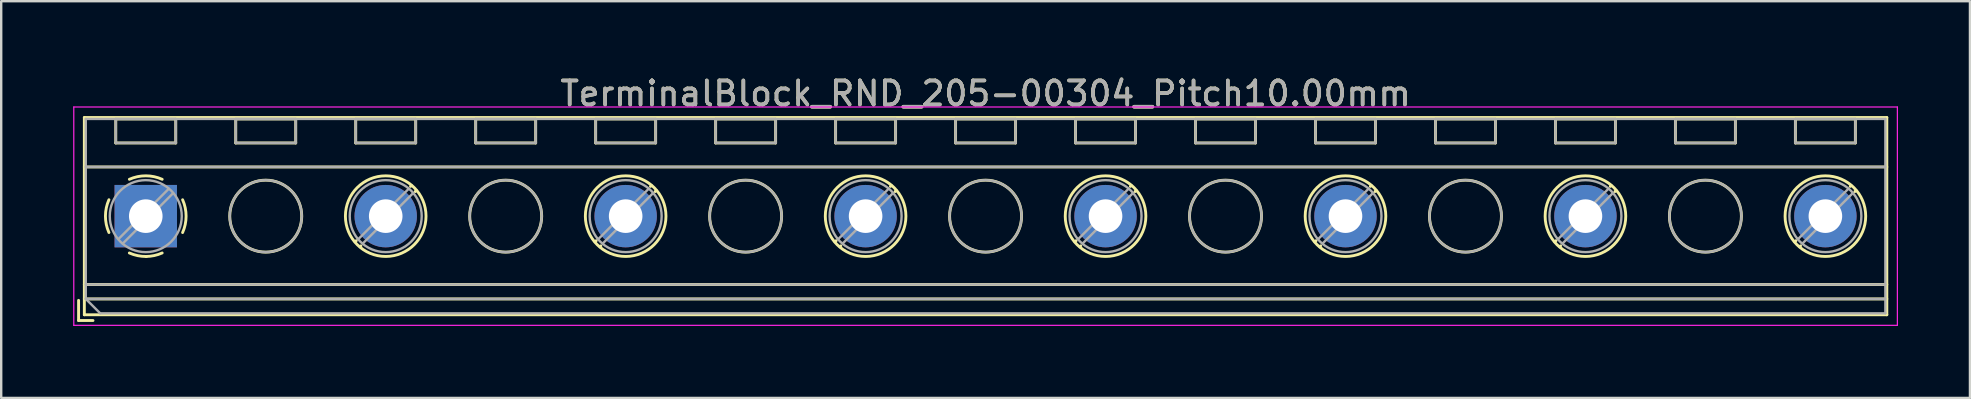
<source format=kicad_pcb>
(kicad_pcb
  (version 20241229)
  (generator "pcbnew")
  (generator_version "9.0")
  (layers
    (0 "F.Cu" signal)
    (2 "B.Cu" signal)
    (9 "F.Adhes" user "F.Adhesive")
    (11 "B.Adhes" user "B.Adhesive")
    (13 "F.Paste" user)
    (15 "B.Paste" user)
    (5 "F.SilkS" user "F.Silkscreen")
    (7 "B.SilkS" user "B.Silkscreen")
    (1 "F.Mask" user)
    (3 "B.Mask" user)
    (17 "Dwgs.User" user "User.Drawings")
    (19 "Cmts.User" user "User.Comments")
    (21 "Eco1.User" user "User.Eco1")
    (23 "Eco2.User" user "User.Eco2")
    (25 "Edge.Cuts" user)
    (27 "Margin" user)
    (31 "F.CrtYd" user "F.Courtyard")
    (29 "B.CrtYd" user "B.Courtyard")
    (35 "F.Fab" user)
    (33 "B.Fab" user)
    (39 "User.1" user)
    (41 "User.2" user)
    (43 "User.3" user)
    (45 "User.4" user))
  (footprint "TerminalBlock_RND_205-00304_Pitch10.00mm"
    (layer "F.Cu")
    (at 3.025 5.958)
    (property "Reference" "TerminalBlock_RND_205-00304_Pitch10.00mm" (at 35 -5.11 0) (layer "F.SilkS") (effects (font (size 1 1) (thickness 0.15))))
    (attr through_hole)
    (fp_line (start -2.8 3.51) (end -2.8 4.35) (stroke (width 0.12) (type solid)) (layer "F.SilkS"))
    (fp_line (start -2.8 4.35) (end -2.2 4.35) (stroke (width 0.12) (type solid)) (layer "F.SilkS"))
    (fp_line (start -2.56 -4.11) (end -2.56 4.11) (stroke (width 0.12) (type solid)) (layer "F.SilkS"))
    (fp_line (start -2.56 -2.05) (end 72.56 -2.05) (stroke (width 0.12) (type solid)) (layer "F.SilkS"))
    (fp_line (start -2.56 2.85) (end 72.56 2.85) (stroke (width 0.12) (type solid)) (layer "F.SilkS"))
    (fp_line (start -2.56 3.45) (end 72.56 3.45) (stroke (width 0.12) (type solid)) (layer "F.SilkS"))
    (fp_line (start -2.56 4.11) (end 72.56 4.11) (stroke (width 0.12) (type solid)) (layer "F.SilkS"))
    (fp_line (start -1.25 -4.05) (end -1.25 -3.05) (stroke (width 0.12) (type solid)) (layer "F.SilkS"))
    (fp_line (start -1.25 -4.05) (end 1.25 -4.05) (stroke (width 0.12) (type solid)) (layer "F.SilkS"))
    (fp_line (start -1.25 -3.05) (end 1.25 -3.05) (stroke (width 0.12) (type solid)) (layer "F.SilkS"))
    (fp_line (start 1.25 -4.05) (end 1.25 -3.05) (stroke (width 0.12) (type solid)) (layer "F.SilkS"))
    (fp_line (start 3.75 -4.05) (end 3.75 -3.05) (stroke (width 0.12) (type solid)) (layer "F.SilkS"))
    (fp_line (start 3.75 -4.05) (end 6.25 -4.05) (stroke (width 0.12) (type solid)) (layer "F.SilkS"))
    (fp_line (start 3.75 -3.05) (end 6.25 -3.05) (stroke (width 0.12) (type solid)) (layer "F.SilkS"))
    (fp_line (start 6.25 -4.05) (end 6.25 -3.05) (stroke (width 0.12) (type solid)) (layer "F.SilkS"))
    (fp_line (start 8.75 -4.05) (end 8.75 -3.05) (stroke (width 0.12) (type solid)) (layer "F.SilkS"))
    (fp_line (start 8.75 -4.05) (end 11.25 -4.05) (stroke (width 0.12) (type solid)) (layer "F.SilkS"))
    (fp_line (start 8.75 -3.05) (end 11.25 -3.05) (stroke (width 0.12) (type solid)) (layer "F.SilkS"))
    (fp_line (start 8.773 1.023) (end 8.726 1.069) (stroke (width 0.12) (type solid)) (layer "F.SilkS"))
    (fp_line (start 8.966 1.239) (end 8.931 1.274) (stroke (width 0.12) (type solid)) (layer "F.SilkS"))
    (fp_line (start 11.07 -1.275) (end 11.035 -1.239) (stroke (width 0.12) (type solid)) (layer "F.SilkS"))
    (fp_line (start 11.25 -4.05) (end 11.25 -3.05) (stroke (width 0.12) (type solid)) (layer "F.SilkS"))
    (fp_line (start 11.275 -1.069) (end 11.228 -1.023) (stroke (width 0.12) (type solid)) (layer "F.SilkS"))
    (fp_line (start 13.75 -4.05) (end 13.75 -3.05) (stroke (width 0.12) (type solid)) (layer "F.SilkS"))
    (fp_line (start 13.75 -4.05) (end 16.25 -4.05) (stroke (width 0.12) (type solid)) (layer "F.SilkS"))
    (fp_line (start 13.75 -3.05) (end 16.25 -3.05) (stroke (width 0.12) (type solid)) (layer "F.SilkS"))
    (fp_line (start 16.25 -4.05) (end 16.25 -3.05) (stroke (width 0.12) (type solid)) (layer "F.SilkS"))
    (fp_line (start 18.75 -4.05) (end 18.75 -3.05) (stroke (width 0.12) (type solid)) (layer "F.SilkS"))
    (fp_line (start 18.75 -4.05) (end 21.25 -4.05) (stroke (width 0.12) (type solid)) (layer "F.SilkS"))
    (fp_line (start 18.75 -3.05) (end 21.25 -3.05) (stroke (width 0.12) (type solid)) (layer "F.SilkS"))
    (fp_line (start 18.773 1.023) (end 18.726 1.069) (stroke (width 0.12) (type solid)) (layer "F.SilkS"))
    (fp_line (start 18.966 1.239) (end 18.931 1.274) (stroke (width 0.12) (type solid)) (layer "F.SilkS"))
    (fp_line (start 21.07 -1.275) (end 21.035 -1.239) (stroke (width 0.12) (type solid)) (layer "F.SilkS"))
    (fp_line (start 21.25 -4.05) (end 21.25 -3.05) (stroke (width 0.12) (type solid)) (layer "F.SilkS"))
    (fp_line (start 21.275 -1.069) (end 21.228 -1.023) (stroke (width 0.12) (type solid)) (layer "F.SilkS"))
    (fp_line (start 23.75 -4.05) (end 23.75 -3.05) (stroke (width 0.12) (type solid)) (layer "F.SilkS"))
    (fp_line (start 23.75 -4.05) (end 26.25 -4.05) (stroke (width 0.12) (type solid)) (layer "F.SilkS"))
    (fp_line (start 23.75 -3.05) (end 26.25 -3.05) (stroke (width 0.12) (type solid)) (layer "F.SilkS"))
    (fp_line (start 26.25 -4.05) (end 26.25 -3.05) (stroke (width 0.12) (type solid)) (layer "F.SilkS"))
    (fp_line (start 28.75 -4.05) (end 28.75 -3.05) (stroke (width 0.12) (type solid)) (layer "F.SilkS"))
    (fp_line (start 28.75 -4.05) (end 31.25 -4.05) (stroke (width 0.12) (type solid)) (layer "F.SilkS"))
    (fp_line (start 28.75 -3.05) (end 31.25 -3.05) (stroke (width 0.12) (type solid)) (layer "F.SilkS"))
    (fp_line (start 28.773 1.023) (end 28.726 1.069) (stroke (width 0.12) (type solid)) (layer "F.SilkS"))
    (fp_line (start 28.966 1.239) (end 28.931 1.274) (stroke (width 0.12) (type solid)) (layer "F.SilkS"))
    (fp_line (start 31.07 -1.275) (end 31.035 -1.239) (stroke (width 0.12) (type solid)) (layer "F.SilkS"))
    (fp_line (start 31.25 -4.05) (end 31.25 -3.05) (stroke (width 0.12) (type solid)) (layer "F.SilkS"))
    (fp_line (start 31.275 -1.069) (end 31.228 -1.023) (stroke (width 0.12) (type solid)) (layer "F.SilkS"))
    (fp_line (start 33.75 -4.05) (end 33.75 -3.05) (stroke (width 0.12) (type solid)) (layer "F.SilkS"))
    (fp_line (start 33.75 -4.05) (end 36.25 -4.05) (stroke (width 0.12) (type solid)) (layer "F.SilkS"))
    (fp_line (start 33.75 -3.05) (end 36.25 -3.05) (stroke (width 0.12) (type solid)) (layer "F.SilkS"))
    (fp_line (start 36.25 -4.05) (end 36.25 -3.05) (stroke (width 0.12) (type solid)) (layer "F.SilkS"))
    (fp_line (start 38.75 -4.05) (end 38.75 -3.05) (stroke (width 0.12) (type solid)) (layer "F.SilkS"))
    (fp_line (start 38.75 -4.05) (end 41.25 -4.05) (stroke (width 0.12) (type solid)) (layer "F.SilkS"))
    (fp_line (start 38.75 -3.05) (end 41.25 -3.05) (stroke (width 0.12) (type solid)) (layer "F.SilkS"))
    (fp_line (start 38.773 1.023) (end 38.726 1.069) (stroke (width 0.12) (type solid)) (layer "F.SilkS"))
    (fp_line (start 38.966 1.239) (end 38.931 1.274) (stroke (width 0.12) (type solid)) (layer "F.SilkS"))
    (fp_line (start 41.07 -1.275) (end 41.035 -1.239) (stroke (width 0.12) (type solid)) (layer "F.SilkS"))
    (fp_line (start 41.25 -4.05) (end 41.25 -3.05) (stroke (width 0.12) (type solid)) (layer "F.SilkS"))
    (fp_line (start 41.275 -1.069) (end 41.228 -1.023) (stroke (width 0.12) (type solid)) (layer "F.SilkS"))
    (fp_line (start 43.75 -4.05) (end 43.75 -3.05) (stroke (width 0.12) (type solid)) (layer "F.SilkS"))
    (fp_line (start 43.75 -4.05) (end 46.25 -4.05) (stroke (width 0.12) (type solid)) (layer "F.SilkS"))
    (fp_line (start 43.75 -3.05) (end 46.25 -3.05) (stroke (width 0.12) (type solid)) (layer "F.SilkS"))
    (fp_line (start 46.25 -4.05) (end 46.25 -3.05) (stroke (width 0.12) (type solid)) (layer "F.SilkS"))
    (fp_line (start 48.75 -4.05) (end 48.75 -3.05) (stroke (width 0.12) (type solid)) (layer "F.SilkS"))
    (fp_line (start 48.75 -4.05) (end 51.25 -4.05) (stroke (width 0.12) (type solid)) (layer "F.SilkS"))
    (fp_line (start 48.75 -3.05) (end 51.25 -3.05) (stroke (width 0.12) (type solid)) (layer "F.SilkS"))
    (fp_line (start 48.773 1.023) (end 48.726 1.069) (stroke (width 0.12) (type solid)) (layer "F.SilkS"))
    (fp_line (start 48.966 1.239) (end 48.931 1.274) (stroke (width 0.12) (type solid)) (layer "F.SilkS"))
    (fp_line (start 51.07 -1.275) (end 51.035 -1.239) (stroke (width 0.12) (type solid)) (layer "F.SilkS"))
    (fp_line (start 51.25 -4.05) (end 51.25 -3.05) (stroke (width 0.12) (type solid)) (layer "F.SilkS"))
    (fp_line (start 51.275 -1.069) (end 51.228 -1.023) (stroke (width 0.12) (type solid)) (layer "F.SilkS"))
    (fp_line (start 53.75 -4.05) (end 53.75 -3.05) (stroke (width 0.12) (type solid)) (layer "F.SilkS"))
    (fp_line (start 53.75 -4.05) (end 56.25 -4.05) (stroke (width 0.12) (type solid)) (layer "F.SilkS"))
    (fp_line (start 53.75 -3.05) (end 56.25 -3.05) (stroke (width 0.12) (type solid)) (layer "F.SilkS"))
    (fp_line (start 56.25 -4.05) (end 56.25 -3.05) (stroke (width 0.12) (type solid)) (layer "F.SilkS"))
    (fp_line (start 58.75 -4.05) (end 58.75 -3.05) (stroke (width 0.12) (type solid)) (layer "F.SilkS"))
    (fp_line (start 58.75 -4.05) (end 61.25 -4.05) (stroke (width 0.12) (type solid)) (layer "F.SilkS"))
    (fp_line (start 58.75 -3.05) (end 61.25 -3.05) (stroke (width 0.12) (type solid)) (layer "F.SilkS"))
    (fp_line (start 58.773 1.023) (end 58.726 1.069) (stroke (width 0.12) (type solid)) (layer "F.SilkS"))
    (fp_line (start 58.966 1.239) (end 58.931 1.274) (stroke (width 0.12) (type solid)) (layer "F.SilkS"))
    (fp_line (start 61.07 -1.275) (end 61.035 -1.239) (stroke (width 0.12) (type solid)) (layer "F.SilkS"))
    (fp_line (start 61.25 -4.05) (end 61.25 -3.05) (stroke (width 0.12) (type solid)) (layer "F.SilkS"))
    (fp_line (start 61.275 -1.069) (end 61.228 -1.023) (stroke (width 0.12) (type solid)) (layer "F.SilkS"))
    (fp_line (start 63.75 -4.05) (end 63.75 -3.05) (stroke (width 0.12) (type solid)) (layer "F.SilkS"))
    (fp_line (start 63.75 -4.05) (end 66.25 -4.05) (stroke (width 0.12) (type solid)) (layer "F.SilkS"))
    (fp_line (start 63.75 -3.05) (end 66.25 -3.05) (stroke (width 0.12) (type solid)) (layer "F.SilkS"))
    (fp_line (start 66.25 -4.05) (end 66.25 -3.05) (stroke (width 0.12) (type solid)) (layer "F.SilkS"))
    (fp_line (start 68.75 -4.05) (end 68.75 -3.05) (stroke (width 0.12) (type solid)) (layer "F.SilkS"))
    (fp_line (start 68.75 -4.05) (end 71.25 -4.05) (stroke (width 0.12) (type solid)) (layer "F.SilkS"))
    (fp_line (start 68.75 -3.05) (end 71.25 -3.05) (stroke (width 0.12) (type solid)) (layer "F.SilkS"))
    (fp_line (start 68.773 1.023) (end 68.726 1.069) (stroke (width 0.12) (type solid)) (layer "F.SilkS"))
    (fp_line (start 68.966 1.239) (end 68.931 1.274) (stroke (width 0.12) (type solid)) (layer "F.SilkS"))
    (fp_line (start 71.07 -1.275) (end 71.035 -1.239) (stroke (width 0.12) (type solid)) (layer "F.SilkS"))
    (fp_line (start 71.25 -4.05) (end 71.25 -3.05) (stroke (width 0.12) (type solid)) (layer "F.SilkS"))
    (fp_line (start 71.275 -1.069) (end 71.228 -1.023) (stroke (width 0.12) (type solid)) (layer "F.SilkS"))
    (fp_line (start 72.56 -4.11) (end -2.56 -4.11) (stroke (width 0.12) (type solid)) (layer "F.SilkS"))
    (fp_line (start 72.56 4.11) (end 72.56 -4.11) (stroke (width 0.12) (type solid)) (layer "F.SilkS"))
    (fp_arc (start -1.535427 0.683042) (mid -1.680501 -0.000524) (end -1.535 -0.684) (stroke (width 0.12) (type solid)) (layer "F.SilkS"))
    (fp_arc (start -0.683042 -1.535427) (mid 0.000524 -1.680501) (end 0.684 -1.535) (stroke (width 0.12) (type solid)) (layer "F.SilkS"))
    (fp_arc (start 0.028805 1.680253) (mid -0.335551 1.646659) (end -0.684 1.535) (stroke (width 0.12) (type solid)) (layer "F.SilkS"))
    (fp_arc (start 0.683318 1.534756) (mid 0.349292 1.643288) (end 0 1.68) (stroke (width 0.12) (type solid)) (layer "F.SilkS"))
    (fp_arc (start 1.535427 -0.683042) (mid 1.680501 0.000524) (end 1.535 0.684) (stroke (width 0.12) (type solid)) (layer "F.SilkS"))
    (fp_circle (center 5 0) (end 6.5 0) (stroke (width 0.12) (type solid)) (fill no) (layer "F.SilkS"))
    (fp_circle (center 10 0) (end 11.68 0) (stroke (width 0.12) (type solid)) (fill no) (layer "F.SilkS"))
    (fp_circle (center 15 0) (end 16.5 0) (stroke (width 0.12) (type solid)) (fill no) (layer "F.SilkS"))
    (fp_circle (center 20 0) (end 21.68 0) (stroke (width 0.12) (type solid)) (fill no) (layer "F.SilkS"))
    (fp_circle (center 25 0) (end 26.5 0) (stroke (width 0.12) (type solid)) (fill no) (layer "F.SilkS"))
    (fp_circle (center 30 0) (end 31.68 0) (stroke (width 0.12) (type solid)) (fill no) (layer "F.SilkS"))
    (fp_circle (center 35 0) (end 36.5 0) (stroke (width 0.12) (type solid)) (fill no) (layer "F.SilkS"))
    (fp_circle (center 40 0) (end 41.68 0) (stroke (width 0.12) (type solid)) (fill no) (layer "F.SilkS"))
    (fp_circle (center 45 0) (end 46.5 0) (stroke (width 0.12) (type solid)) (fill no) (layer "F.SilkS"))
    (fp_circle (center 50 0) (end 51.68 0) (stroke (width 0.12) (type solid)) (fill no) (layer "F.SilkS"))
    (fp_circle (center 55 0) (end 56.5 0) (stroke (width 0.12) (type solid)) (fill no) (layer "F.SilkS"))
    (fp_circle (center 60 0) (end 61.68 0) (stroke (width 0.12) (type solid)) (fill no) (layer "F.SilkS"))
    (fp_circle (center 65 0) (end 66.5 0) (stroke (width 0.12) (type solid)) (fill no) (layer "F.SilkS"))
    (fp_circle (center 70 0) (end 71.68 0) (stroke (width 0.12) (type solid)) (fill no) (layer "F.SilkS"))
    (fp_line (start -3 -4.55) (end -3 4.55) (stroke (width 0.05) (type solid)) (layer "F.CrtYd"))
    (fp_line (start -3 4.55) (end 73 4.55) (stroke (width 0.05) (type solid)) (layer "F.CrtYd"))
    (fp_line (start 73 -4.55) (end -3 -4.55) (stroke (width 0.05) (type solid)) (layer "F.CrtYd"))
    (fp_line (start 73 4.55) (end 73 -4.55) (stroke (width 0.05) (type solid)) (layer "F.CrtYd"))
    (fp_line (start -2.5 -4.05) (end 72.5 -4.05) (stroke (width 0.1) (type solid)) (layer "F.Fab"))
    (fp_line (start -2.5 -2.05) (end 72.5 -2.05) (stroke (width 0.1) (type solid)) (layer "F.Fab"))
    (fp_line (start -2.5 2.85) (end 72.5 2.85) (stroke (width 0.1) (type solid)) (layer "F.Fab"))
    (fp_line (start -2.5 3.45) (end -2.5 -4.05) (stroke (width 0.1) (type solid)) (layer "F.Fab"))
    (fp_line (start -2.5 3.45) (end 72.5 3.45) (stroke (width 0.1) (type solid)) (layer "F.Fab"))
    (fp_line (start -1.9 4.05) (end -2.5 3.45) (stroke (width 0.1) (type solid)) (layer "F.Fab"))
    (fp_line (start -1.25 -4.05) (end -1.25 -3.05) (stroke (width 0.1) (type solid)) (layer "F.Fab"))
    (fp_line (start -1.25 -3.05) (end 1.25 -3.05) (stroke (width 0.1) (type solid)) (layer "F.Fab"))
    (fp_line (start 0.955 -1.138) (end -1.138 0.955) (stroke (width 0.1) (type solid)) (layer "F.Fab"))
    (fp_line (start 1.138 -0.955) (end -0.955 1.138) (stroke (width 0.1) (type solid)) (layer "F.Fab"))
    (fp_line (start 1.25 -4.05) (end -1.25 -4.05) (stroke (width 0.1) (type solid)) (layer "F.Fab"))
    (fp_line (start 1.25 -3.05) (end 1.25 -4.05) (stroke (width 0.1) (type solid)) (layer "F.Fab"))
    (fp_line (start 3.75 -4.05) (end 3.75 -3.05) (stroke (width 0.1) (type solid)) (layer "F.Fab"))
    (fp_line (start 3.75 -3.05) (end 6.25 -3.05) (stroke (width 0.1) (type solid)) (layer "F.Fab"))
    (fp_line (start 6.25 -4.05) (end 3.75 -4.05) (stroke (width 0.1) (type solid)) (layer "F.Fab"))
    (fp_line (start 6.25 -3.05) (end 6.25 -4.05) (stroke (width 0.1) (type solid)) (layer "F.Fab"))
    (fp_line (start 8.75 -4.05) (end 8.75 -3.05) (stroke (width 0.1) (type solid)) (layer "F.Fab"))
    (fp_line (start 8.75 -3.05) (end 11.25 -3.05) (stroke (width 0.1) (type solid)) (layer "F.Fab"))
    (fp_line (start 10.955 -1.138) (end 8.863 0.955) (stroke (width 0.1) (type solid)) (layer "F.Fab"))
    (fp_line (start 11.138 -0.955) (end 9.046 1.138) (stroke (width 0.1) (type solid)) (layer "F.Fab"))
    (fp_line (start 11.25 -4.05) (end 8.75 -4.05) (stroke (width 0.1) (type solid)) (layer "F.Fab"))
    (fp_line (start 11.25 -3.05) (end 11.25 -4.05) (stroke (width 0.1) (type solid)) (layer "F.Fab"))
    (fp_line (start 13.75 -4.05) (end 13.75 -3.05) (stroke (width 0.1) (type solid)) (layer "F.Fab"))
    (fp_line (start 13.75 -3.05) (end 16.25 -3.05) (stroke (width 0.1) (type solid)) (layer "F.Fab"))
    (fp_line (start 16.25 -4.05) (end 13.75 -4.05) (stroke (width 0.1) (type solid)) (layer "F.Fab"))
    (fp_line (start 16.25 -3.05) (end 16.25 -4.05) (stroke (width 0.1) (type solid)) (layer "F.Fab"))
    (fp_line (start 18.75 -4.05) (end 18.75 -3.05) (stroke (width 0.1) (type solid)) (layer "F.Fab"))
    (fp_line (start 18.75 -3.05) (end 21.25 -3.05) (stroke (width 0.1) (type solid)) (layer "F.Fab"))
    (fp_line (start 20.955 -1.138) (end 18.863 0.955) (stroke (width 0.1) (type solid)) (layer "F.Fab"))
    (fp_line (start 21.138 -0.955) (end 19.046 1.138) (stroke (width 0.1) (type solid)) (layer "F.Fab"))
    (fp_line (start 21.25 -4.05) (end 18.75 -4.05) (stroke (width 0.1) (type solid)) (layer "F.Fab"))
    (fp_line (start 21.25 -3.05) (end 21.25 -4.05) (stroke (width 0.1) (type solid)) (layer "F.Fab"))
    (fp_line (start 23.75 -4.05) (end 23.75 -3.05) (stroke (width 0.1) (type solid)) (layer "F.Fab"))
    (fp_line (start 23.75 -3.05) (end 26.25 -3.05) (stroke (width 0.1) (type solid)) (layer "F.Fab"))
    (fp_line (start 26.25 -4.05) (end 23.75 -4.05) (stroke (width 0.1) (type solid)) (layer "F.Fab"))
    (fp_line (start 26.25 -3.05) (end 26.25 -4.05) (stroke (width 0.1) (type solid)) (layer "F.Fab"))
    (fp_line (start 28.75 -4.05) (end 28.75 -3.05) (stroke (width 0.1) (type solid)) (layer "F.Fab"))
    (fp_line (start 28.75 -3.05) (end 31.25 -3.05) (stroke (width 0.1) (type solid)) (layer "F.Fab"))
    (fp_line (start 30.955 -1.138) (end 28.863 0.955) (stroke (width 0.1) (type solid)) (layer "F.Fab"))
    (fp_line (start 31.138 -0.955) (end 29.046 1.138) (stroke (width 0.1) (type solid)) (layer "F.Fab"))
    (fp_line (start 31.25 -4.05) (end 28.75 -4.05) (stroke (width 0.1) (type solid)) (layer "F.Fab"))
    (fp_line (start 31.25 -3.05) (end 31.25 -4.05) (stroke (width 0.1) (type solid)) (layer "F.Fab"))
    (fp_line (start 33.75 -4.05) (end 33.75 -3.05) (stroke (width 0.1) (type solid)) (layer "F.Fab"))
    (fp_line (start 33.75 -3.05) (end 36.25 -3.05) (stroke (width 0.1) (type solid)) (layer "F.Fab"))
    (fp_line (start 36.25 -4.05) (end 33.75 -4.05) (stroke (width 0.1) (type solid)) (layer "F.Fab"))
    (fp_line (start 36.25 -3.05) (end 36.25 -4.05) (stroke (width 0.1) (type solid)) (layer "F.Fab"))
    (fp_line (start 38.75 -4.05) (end 38.75 -3.05) (stroke (width 0.1) (type solid)) (layer "F.Fab"))
    (fp_line (start 38.75 -3.05) (end 41.25 -3.05) (stroke (width 0.1) (type solid)) (layer "F.Fab"))
    (fp_line (start 40.955 -1.138) (end 38.863 0.955) (stroke (width 0.1) (type solid)) (layer "F.Fab"))
    (fp_line (start 41.138 -0.955) (end 39.046 1.138) (stroke (width 0.1) (type solid)) (layer "F.Fab"))
    (fp_line (start 41.25 -4.05) (end 38.75 -4.05) (stroke (width 0.1) (type solid)) (layer "F.Fab"))
    (fp_line (start 41.25 -3.05) (end 41.25 -4.05) (stroke (width 0.1) (type solid)) (layer "F.Fab"))
    (fp_line (start 43.75 -4.05) (end 43.75 -3.05) (stroke (width 0.1) (type solid)) (layer "F.Fab"))
    (fp_line (start 43.75 -3.05) (end 46.25 -3.05) (stroke (width 0.1) (type solid)) (layer "F.Fab"))
    (fp_line (start 46.25 -4.05) (end 43.75 -4.05) (stroke (width 0.1) (type solid)) (layer "F.Fab"))
    (fp_line (start 46.25 -3.05) (end 46.25 -4.05) (stroke (width 0.1) (type solid)) (layer "F.Fab"))
    (fp_line (start 48.75 -4.05) (end 48.75 -3.05) (stroke (width 0.1) (type solid)) (layer "F.Fab"))
    (fp_line (start 48.75 -3.05) (end 51.25 -3.05) (stroke (width 0.1) (type solid)) (layer "F.Fab"))
    (fp_line (start 50.955 -1.138) (end 48.863 0.955) (stroke (width 0.1) (type solid)) (layer "F.Fab"))
    (fp_line (start 51.138 -0.955) (end 49.046 1.138) (stroke (width 0.1) (type solid)) (layer "F.Fab"))
    (fp_line (start 51.25 -4.05) (end 48.75 -4.05) (stroke (width 0.1) (type solid)) (layer "F.Fab"))
    (fp_line (start 51.25 -3.05) (end 51.25 -4.05) (stroke (width 0.1) (type solid)) (layer "F.Fab"))
    (fp_line (start 53.75 -4.05) (end 53.75 -3.05) (stroke (width 0.1) (type solid)) (layer "F.Fab"))
    (fp_line (start 53.75 -3.05) (end 56.25 -3.05) (stroke (width 0.1) (type solid)) (layer "F.Fab"))
    (fp_line (start 56.25 -4.05) (end 53.75 -4.05) (stroke (width 0.1) (type solid)) (layer "F.Fab"))
    (fp_line (start 56.25 -3.05) (end 56.25 -4.05) (stroke (width 0.1) (type solid)) (layer "F.Fab"))
    (fp_line (start 58.75 -4.05) (end 58.75 -3.05) (stroke (width 0.1) (type solid)) (layer "F.Fab"))
    (fp_line (start 58.75 -3.05) (end 61.25 -3.05) (stroke (width 0.1) (type solid)) (layer "F.Fab"))
    (fp_line (start 60.955 -1.138) (end 58.863 0.955) (stroke (width 0.1) (type solid)) (layer "F.Fab"))
    (fp_line (start 61.138 -0.955) (end 59.046 1.138) (stroke (width 0.1) (type solid)) (layer "F.Fab"))
    (fp_line (start 61.25 -4.05) (end 58.75 -4.05) (stroke (width 0.1) (type solid)) (layer "F.Fab"))
    (fp_line (start 61.25 -3.05) (end 61.25 -4.05) (stroke (width 0.1) (type solid)) (layer "F.Fab"))
    (fp_line (start 63.75 -4.05) (end 63.75 -3.05) (stroke (width 0.1) (type solid)) (layer "F.Fab"))
    (fp_line (start 63.75 -3.05) (end 66.25 -3.05) (stroke (width 0.1) (type solid)) (layer "F.Fab"))
    (fp_line (start 66.25 -4.05) (end 63.75 -4.05) (stroke (width 0.1) (type solid)) (layer "F.Fab"))
    (fp_line (start 66.25 -3.05) (end 66.25 -4.05) (stroke (width 0.1) (type solid)) (layer "F.Fab"))
    (fp_line (start 68.75 -4.05) (end 68.75 -3.05) (stroke (width 0.1) (type solid)) (layer "F.Fab"))
    (fp_line (start 68.75 -3.05) (end 71.25 -3.05) (stroke (width 0.1) (type solid)) (layer "F.Fab"))
    (fp_line (start 70.955 -1.138) (end 68.863 0.955) (stroke (width 0.1) (type solid)) (layer "F.Fab"))
    (fp_line (start 71.138 -0.955) (end 69.046 1.138) (stroke (width 0.1) (type solid)) (layer "F.Fab"))
    (fp_line (start 71.25 -4.05) (end 68.75 -4.05) (stroke (width 0.1) (type solid)) (layer "F.Fab"))
    (fp_line (start 71.25 -3.05) (end 71.25 -4.05) (stroke (width 0.1) (type solid)) (layer "F.Fab"))
    (fp_line (start 72.5 -4.05) (end 72.5 4.05) (stroke (width 0.1) (type solid)) (layer "F.Fab"))
    (fp_line (start 72.5 4.05) (end -1.9 4.05) (stroke (width 0.1) (type solid)) (layer "F.Fab"))
    (fp_circle (center 0 0) (end 1.5 0) (stroke (width 0.1) (type solid)) (fill no) (layer "F.Fab"))
    (fp_circle (center 5 0) (end 6.5 0) (stroke (width 0.1) (type solid)) (fill no) (layer "F.Fab"))
    (fp_circle (center 10 0) (end 11.5 0) (stroke (width 0.1) (type solid)) (fill no) (layer "F.Fab"))
    (fp_circle (center 15 0) (end 16.5 0) (stroke (width 0.1) (type solid)) (fill no) (layer "F.Fab"))
    (fp_circle (center 20 0) (end 21.5 0) (stroke (width 0.1) (type solid)) (fill no) (layer "F.Fab"))
    (fp_circle (center 25 0) (end 26.5 0) (stroke (width 0.1) (type solid)) (fill no) (layer "F.Fab"))
    (fp_circle (center 30 0) (end 31.5 0) (stroke (width 0.1) (type solid)) (fill no) (layer "F.Fab"))
    (fp_circle (center 35 0) (end 36.5 0) (stroke (width 0.1) (type solid)) (fill no) (layer "F.Fab"))
    (fp_circle (center 40 0) (end 41.5 0) (stroke (width 0.1) (type solid)) (fill no) (layer "F.Fab"))
    (fp_circle (center 45 0) (end 46.5 0) (stroke (width 0.1) (type solid)) (fill no) (layer "F.Fab"))
    (fp_circle (center 50 0) (end 51.5 0) (stroke (width 0.1) (type solid)) (fill no) (layer "F.Fab"))
    (fp_circle (center 55 0) (end 56.5 0) (stroke (width 0.1) (type solid)) (fill no) (layer "F.Fab"))
    (fp_circle (center 60 0) (end 61.5 0) (stroke (width 0.1) (type solid)) (fill no) (layer "F.Fab"))
    (fp_circle (center 65 0) (end 66.5 0) (stroke (width 0.1) (type solid)) (fill no) (layer "F.Fab"))
    (fp_circle (center 70 0) (end 71.5 0) (stroke (width 0.1) (type solid)) (fill no) (layer "F.Fab"))
    (fp_text user "${REFERENCE}" (at 35 -5.11 0) (layer "F.Fab") (effects (font (size 1 1) (thickness 0.15))))
    (pad "1" thru_hole rect (at 0 0) (size 2.6 2.6) (drill 1.4) (layers "*.Cu" "*.Mask"))
    (pad "2" thru_hole circle (at 10 0) (size 2.6 2.6) (drill 1.4) (layers "*.Cu" "*.Mask"))
    (pad "3" thru_hole circle (at 20 0) (size 2.6 2.6) (drill 1.4) (layers "*.Cu" "*.Mask"))
    (pad "4" thru_hole circle (at 30 0) (size 2.6 2.6) (drill 1.4) (layers "*.Cu" "*.Mask"))
    (pad "5" thru_hole circle (at 40 0) (size 2.6 2.6) (drill 1.4) (layers "*.Cu" "*.Mask"))
    (pad "6" thru_hole circle (at 50 0) (size 2.6 2.6) (drill 1.4) (layers "*.Cu" "*.Mask"))
    (pad "7" thru_hole circle (at 60 0) (size 2.6 2.6) (drill 1.4) (layers "*.Cu" "*.Mask"))
    (pad "8" thru_hole circle (at 70 0) (size 2.6 2.6) (drill 1.4) (layers "*.Cu" "*.Mask")))
  (gr_rect
    (start -3 -3)
    (end 79.05 13.533)
    (stroke (width 0.1) (type default))
    (fill no)
    (layer "Edge.Cuts")))
</source>
